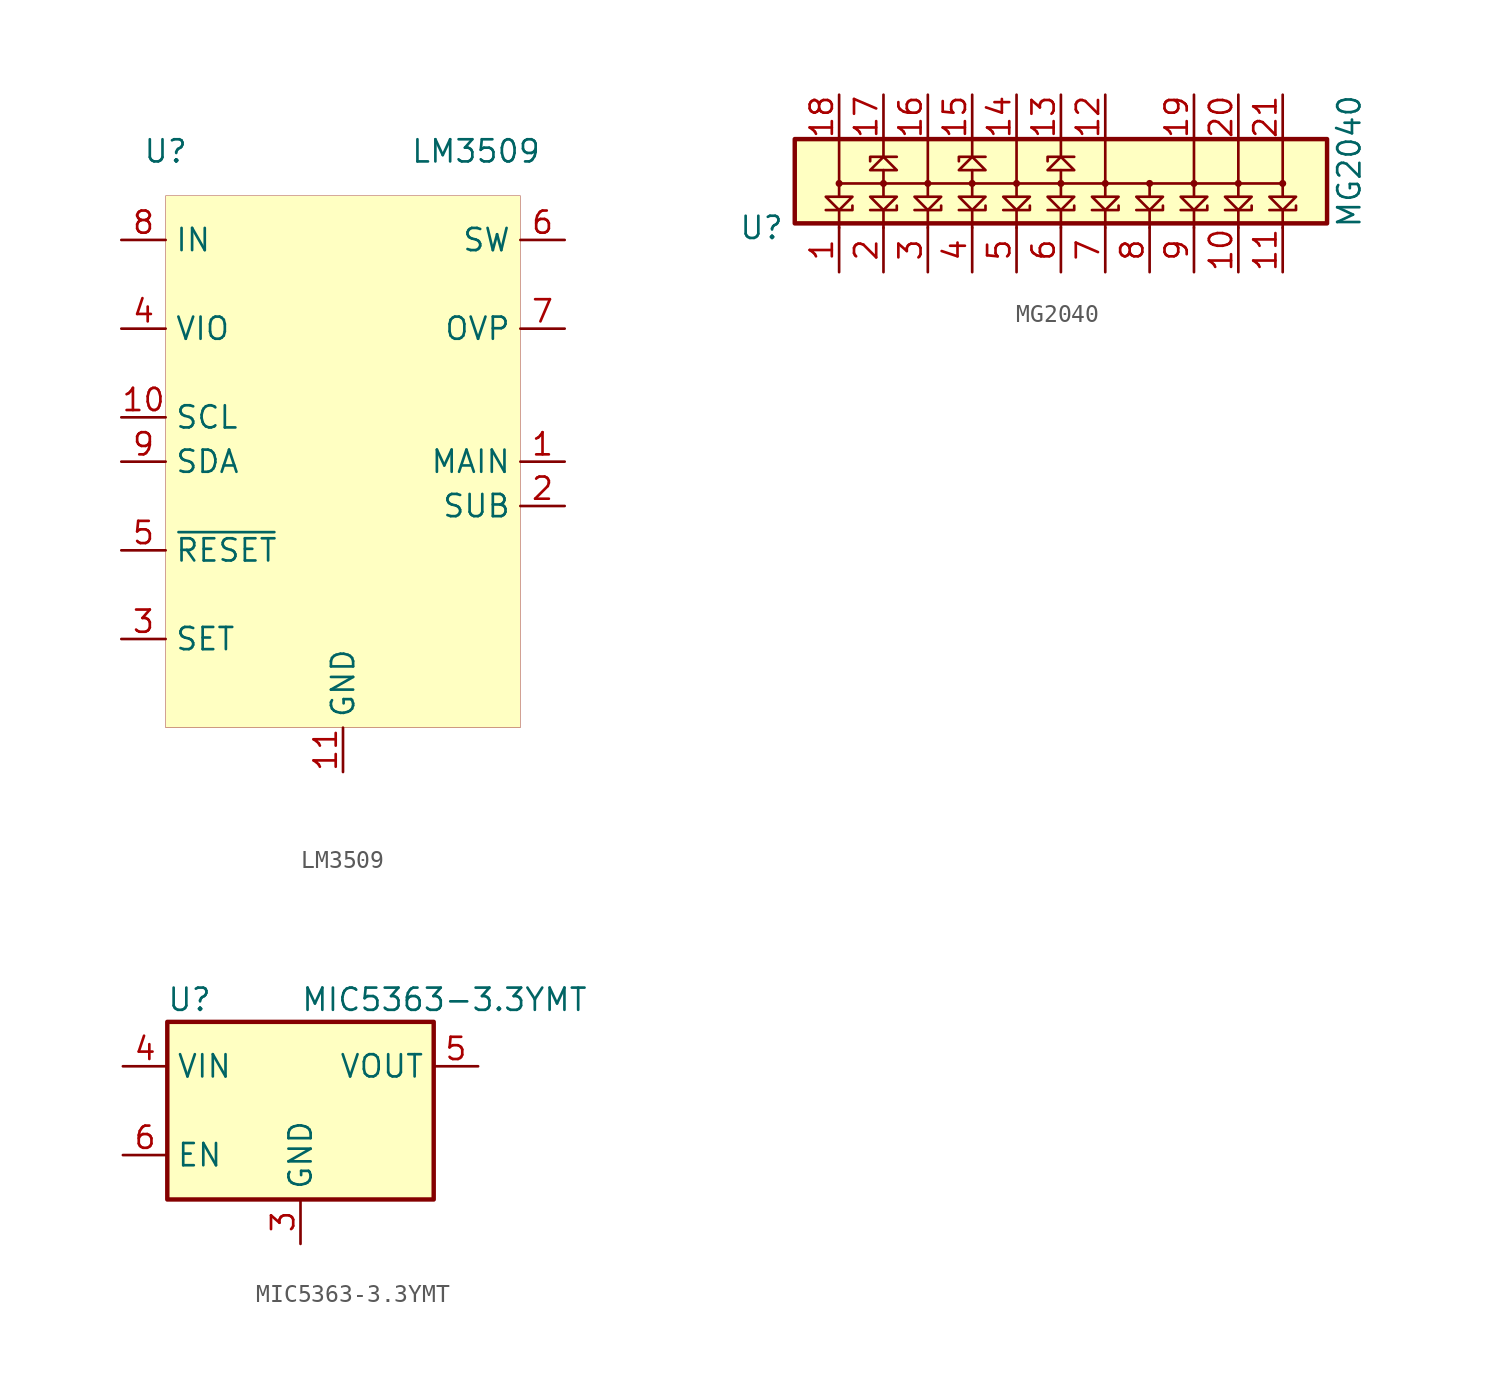
<source format=kicad_sym>
(kicad_symbol_lib
  (version 20220914)
  (generator kicad_symbol_editor)
  (symbol "LM3509"
    (property "Reference" "U"
      (at -10.16 17.78 0)
      (effects (font (size 1.27 1.27))))
    (property "Value" "LM3509"
      (at 7.62 17.78 0)
      (effects (font (size 1.27 1.27))))
    (symbol "LM3509_0_0"
      (pin unspecified line (at 12.7 0 180) (length 2.54) (name "MAIN" (effects (font (size 1.27 1.27)))) (number "1" (effects (font (size 1.27 1.27)))))
      (pin unspecified line (at -12.7 2.54 0) (length 2.54) (name "SCL" (effects (font (size 1.27 1.27)))) (number "10" (effects (font (size 1.27 1.27)))))
      (pin unspecified line (at 0 -17.78 90) (length 2.54) (name "GND" (effects (font (size 1.27 1.27)))) (number "11" (effects (font (size 1.27 1.27)))))
      (pin unspecified line (at 12.7 -2.54 180) (length 2.54) (name "SUB" (effects (font (size 1.27 1.27)))) (number "2" (effects (font (size 1.27 1.27)))) (alternate "FB" unspecified line))
      (pin unspecified line (at -12.7 -10.16 0) (length 2.54) (name "SET" (effects (font (size 1.27 1.27)))) (number "3" (effects (font (size 1.27 1.27)))))
      (pin unspecified line (at -12.7 7.62 0) (length 2.54) (name "VIO" (effects (font (size 1.27 1.27)))) (number "4" (effects (font (size 1.27 1.27)))))
      (pin unspecified line (at -12.7 -5.08 0) (length 2.54) (name "~{RESET}" (effects (font (size 1.27 1.27)))) (number "5" (effects (font (size 1.27 1.27)))) (alternate "GPIO" unspecified line))
      (pin unspecified line (at 12.7 12.7 180) (length 2.54) (name "SW" (effects (font (size 1.27 1.27)))) (number "6" (effects (font (size 1.27 1.27)))))
      (pin unspecified line (at 12.7 7.62 180) (length 2.54) (name "OVP" (effects (font (size 1.27 1.27)))) (number "7" (effects (font (size 1.27 1.27)))))
      (pin unspecified line (at -12.7 12.7 0) (length 2.54) (name "IN" (effects (font (size 1.27 1.27)))) (number "8" (effects (font (size 1.27 1.27)))))
      (pin unspecified line (at -12.7 0 0) (length 2.54) (name "SDA" (effects (font (size 1.27 1.27)))) (number "9" (effects (font (size 1.27 1.27))))))
    (symbol "LM3509_0_1"
      (rectangle (start -10.16 15.24) (end 10.16 -15.24) (stroke (width 0.001) (type default)) (fill (type background)))))
  (symbol "MG2040"
    (property "Reference" "U"
      (at -6.985 -2.54 0)
      (effects (font (size 1.27 1.27))))
    (property "Value" "MG2040"
      (at 26.67 1.27 90)
      (effects (font (size 1.27 1.27))))
    (symbol "MG2040_0_1"
      (rectangle (start -5.08 2.54) (end 25.4 -2.286) (stroke (width 0.254) (type default)) (fill (type background)))
      (polyline (pts (xy -2.54 0) (xy 22.86 0)) (stroke (width 0) (type default)) (fill (type none)))
      (polyline (pts (xy 5.08 -1.524) (xy 5.08 -2.54)) (stroke (width 0) (type default)) (fill (type none)))
      (polyline (pts (xy 5.08 0.762) (xy 5.08 -0.762)) (stroke (width 0) (type default)) (fill (type none)))
      (polyline (pts (xy 4.318 -1.524) (xy 5.842 -1.524) (xy 5.842 -1.27)) (stroke (width 0) (type default)) (fill (type none)))
      (polyline (pts (xy 5.842 -0.762) (xy 4.318 -0.762) (xy 5.08 -1.524) (xy 5.842 -0.762)) (stroke (width 0) (type default)) (fill (type none)))
      (circle (center 5.08 0) (radius 0.127) (stroke (width 0) (type default)) (fill (type none))))
    (symbol "MG2040_1_1"
      (circle (center -2.54 0) (radius 0.127) (stroke (width 0) (type default)) (fill (type none)))
      (polyline (pts (xy -2.54 -1.524) (xy -2.54 -2.54)) (stroke (width 0) (type default)) (fill (type none)))
      (polyline (pts (xy -2.54 2.54) (xy -2.54 -0.762)) (stroke (width 0) (type default)) (fill (type none)))
      (polyline (pts (xy 0 -1.524) (xy 0 -2.54)) (stroke (width 0) (type default)) (fill (type none)))
      (polyline (pts (xy 0 0.762) (xy 0 -0.762)) (stroke (width 0) (type default)) (fill (type none)))
      (polyline (pts (xy 0 1.524) (xy 0 2.54)) (stroke (width 0) (type default)) (fill (type none)))
      (polyline (pts (xy 2.54 -1.524) (xy 2.54 -2.54)) (stroke (width 0) (type default)) (fill (type none)))
      (polyline (pts (xy 2.54 2.54) (xy 2.54 -0.762)) (stroke (width 0) (type default)) (fill (type none)))
      (polyline (pts (xy 5.08 1.524) (xy 5.08 2.54)) (stroke (width 0) (type default)) (fill (type none)))
      (polyline (pts (xy 7.62 -1.524) (xy 7.62 -2.54)) (stroke (width 0) (type default)) (fill (type none)))
      (polyline (pts (xy 7.62 2.54) (xy 7.62 -0.762)) (stroke (width 0) (type default)) (fill (type none)))
      (polyline (pts (xy 10.16 -1.524) (xy 10.16 -2.54)) (stroke (width 0) (type default)) (fill (type none)))
      (polyline (pts (xy 10.16 0.762) (xy 10.16 -0.762)) (stroke (width 0) (type default)) (fill (type none)))
      (polyline (pts (xy 10.16 1.524) (xy 10.16 2.54)) (stroke (width 0) (type default)) (fill (type none)))
      (polyline (pts (xy 12.7 -1.524) (xy 12.7 -2.54)) (stroke (width 0) (type default)) (fill (type none)))
      (polyline (pts (xy 12.7 2.54) (xy 12.7 -0.762)) (stroke (width 0) (type default)) (fill (type none)))
      (polyline (pts (xy 15.24 -1.524) (xy 15.24 -2.54)) (stroke (width 0) (type default)) (fill (type none)))
      (polyline (pts (xy 15.24 0) (xy 15.24 -0.762)) (stroke (width 0) (type default)) (fill (type none)))
      (polyline (pts (xy 17.78 -1.524) (xy 17.78 -2.54)) (stroke (width 0) (type default)) (fill (type none)))
      (polyline (pts (xy 17.78 2.54) (xy 17.78 -0.762)) (stroke (width 0) (type default)) (fill (type none)))
      (polyline (pts (xy 20.32 -1.524) (xy 20.32 -2.54)) (stroke (width 0) (type default)) (fill (type none)))
      (polyline (pts (xy 20.32 2.54) (xy 20.32 -0.762)) (stroke (width 0) (type default)) (fill (type none)))
      (polyline (pts (xy 22.86 -1.524) (xy 22.86 -2.54)) (stroke (width 0) (type default)) (fill (type none)))
      (polyline (pts (xy 22.86 2.54) (xy 22.86 -0.762)) (stroke (width 0) (type default)) (fill (type none)))
      (polyline (pts (xy -3.302 -1.524) (xy -1.778 -1.524) (xy -1.778 -1.27)) (stroke (width 0) (type default)) (fill (type none)))
      (polyline (pts (xy -0.762 -1.524) (xy 0.762 -1.524) (xy 0.762 -1.27)) (stroke (width 0) (type default)) (fill (type none)))
      (polyline (pts (xy 0.762 1.524) (xy -0.762 1.524) (xy -0.762 1.27)) (stroke (width 0) (type default)) (fill (type none)))
      (polyline (pts (xy 1.778 -1.524) (xy 3.302 -1.524) (xy 3.302 -1.27)) (stroke (width 0) (type default)) (fill (type none)))
      (polyline (pts (xy 5.842 1.524) (xy 4.318 1.524) (xy 4.318 1.27)) (stroke (width 0) (type default)) (fill (type none)))
      (polyline (pts (xy 6.858 -1.524) (xy 8.382 -1.524) (xy 8.382 -1.27)) (stroke (width 0) (type default)) (fill (type none)))
      (polyline (pts (xy 9.398 -1.524) (xy 10.922 -1.524) (xy 10.922 -1.27)) (stroke (width 0) (type default)) (fill (type none)))
      (polyline (pts (xy 10.922 1.524) (xy 9.398 1.524) (xy 9.398 1.27)) (stroke (width 0) (type default)) (fill (type none)))
      (polyline (pts (xy 11.938 -1.524) (xy 13.462 -1.524) (xy 13.462 -1.27)) (stroke (width 0) (type default)) (fill (type none)))
      (polyline (pts (xy 14.478 -1.524) (xy 16.002 -1.524) (xy 16.002 -1.27)) (stroke (width 0) (type default)) (fill (type none)))
      (polyline (pts (xy 17.018 -1.524) (xy 18.542 -1.524) (xy 18.542 -1.27)) (stroke (width 0) (type default)) (fill (type none)))
      (polyline (pts (xy 19.558 -1.524) (xy 21.082 -1.524) (xy 21.082 -1.27)) (stroke (width 0) (type default)) (fill (type none)))
      (polyline (pts (xy 22.098 -1.524) (xy 23.622 -1.524) (xy 23.622 -1.27)) (stroke (width 0) (type default)) (fill (type none)))
      (polyline (pts (xy -1.778 -0.762) (xy -3.302 -0.762) (xy -2.54 -1.524) (xy -1.778 -0.762)) (stroke (width 0) (type default)) (fill (type none)))
      (polyline (pts (xy -0.762 0.762) (xy 0.762 0.762) (xy 0 1.524) (xy -0.762 0.762)) (stroke (width 0) (type default)) (fill (type none)))
      (polyline (pts (xy 0.762 -0.762) (xy -0.762 -0.762) (xy 0 -1.524) (xy 0.762 -0.762)) (stroke (width 0) (type default)) (fill (type none)))
      (polyline (pts (xy 3.302 -0.762) (xy 1.778 -0.762) (xy 2.54 -1.524) (xy 3.302 -0.762)) (stroke (width 0) (type default)) (fill (type none)))
      (polyline (pts (xy 4.318 0.762) (xy 5.842 0.762) (xy 5.08 1.524) (xy 4.318 0.762)) (stroke (width 0) (type default)) (fill (type none)))
      (polyline (pts (xy 8.382 -0.762) (xy 6.858 -0.762) (xy 7.62 -1.524) (xy 8.382 -0.762)) (stroke (width 0) (type default)) (fill (type none)))
      (polyline (pts (xy 9.398 0.762) (xy 10.922 0.762) (xy 10.16 1.524) (xy 9.398 0.762)) (stroke (width 0) (type default)) (fill (type none)))
      (polyline (pts (xy 10.922 -0.762) (xy 9.398 -0.762) (xy 10.16 -1.524) (xy 10.922 -0.762)) (stroke (width 0) (type default)) (fill (type none)))
      (polyline (pts (xy 13.462 -0.762) (xy 11.938 -0.762) (xy 12.7 -1.524) (xy 13.462 -0.762)) (stroke (width 0) (type default)) (fill (type none)))
      (polyline (pts (xy 16.002 -0.762) (xy 14.478 -0.762) (xy 15.24 -1.524) (xy 16.002 -0.762)) (stroke (width 0) (type default)) (fill (type none)))
      (polyline (pts (xy 18.542 -0.762) (xy 17.018 -0.762) (xy 17.78 -1.524) (xy 18.542 -0.762)) (stroke (width 0) (type default)) (fill (type none)))
      (polyline (pts (xy 21.082 -0.762) (xy 19.558 -0.762) (xy 20.32 -1.524) (xy 21.082 -0.762)) (stroke (width 0) (type default)) (fill (type none)))
      (polyline (pts (xy 23.622 -0.762) (xy 22.098 -0.762) (xy 22.86 -1.524) (xy 23.622 -0.762)) (stroke (width 0) (type default)) (fill (type none)))
      (circle (center 0 0) (radius 0.127) (stroke (width 0) (type default)) (fill (type none)))
      (circle (center 2.54 0) (radius 0.127) (stroke (width 0) (type default)) (fill (type none)))
      (circle (center 7.62 0) (radius 0.127) (stroke (width 0) (type default)) (fill (type none)))
      (circle (center 10.16 0) (radius 0.127) (stroke (width 0) (type default)) (fill (type none)))
      (circle (center 12.7 0) (radius 0.127) (stroke (width 0) (type default)) (fill (type none)))
      (circle (center 15.24 0) (radius 0.127) (stroke (width 0) (type default)) (fill (type none)))
      (circle (center 17.78 0) (radius 0.127) (stroke (width 0) (type default)) (fill (type none)))
      (circle (center 20.32 0) (radius 0.127) (stroke (width 0) (type default)) (fill (type none)))
      (circle (center 22.86 0) (radius 0.127) (stroke (width 0) (type default)) (fill (type none)))
      (pin passive line (at -2.54 -5.08 90) (length 2.54) (name "~" (effects (font (size 1.27 1.27)))) (number "1" (effects (font (size 1.27 1.27)))))
      (pin passive line (at 20.32 -5.08 90) (length 2.54) (name "~" (effects (font (size 1.27 1.27)))) (number "10" (effects (font (size 1.27 1.27)))))
      (pin passive line (at 22.86 -5.08 90) (length 2.54) (name "~" (effects (font (size 1.27 1.27)))) (number "11" (effects (font (size 1.27 1.27)))))
      (pin passive line (at 12.7 5.08 270) (length 2.54) (name "~" (effects (font (size 1.27 1.27)))) (number "12" (effects (font (size 1.27 1.27)))))
      (pin passive line (at 10.16 5.08 270) (length 2.54) (name "~" (effects (font (size 1.27 1.27)))) (number "13" (effects (font (size 1.27 1.27)))))
      (pin passive line (at 7.62 5.08 270) (length 2.54) (name "~" (effects (font (size 1.27 1.27)))) (number "14" (effects (font (size 1.27 1.27)))))
      (pin passive line (at 5.08 5.08 270) (length 2.54) (name "~" (effects (font (size 1.27 1.27)))) (number "15" (effects (font (size 1.27 1.27)))))
      (pin passive line (at 2.54 5.08 270) (length 2.54) (name "~" (effects (font (size 1.27 1.27)))) (number "16" (effects (font (size 1.27 1.27)))))
      (pin passive line (at 0 5.08 270) (length 2.54) (name "~" (effects (font (size 1.27 1.27)))) (number "17" (effects (font (size 1.27 1.27)))))
      (pin passive line (at -2.54 5.08 270) (length 2.54) (name "~" (effects (font (size 1.27 1.27)))) (number "18" (effects (font (size 1.27 1.27)))))
      (pin passive line (at 17.78 5.08 270) (length 2.54) (name "~" (effects (font (size 1.27 1.27)))) (number "19" (effects (font (size 1.27 1.27)))))
      (pin passive line (at 0 -5.08 90) (length 2.54) (name "~" (effects (font (size 1.27 1.27)))) (number "2" (effects (font (size 1.27 1.27)))))
      (pin passive line (at 20.32 5.08 270) (length 2.54) (name "~" (effects (font (size 1.27 1.27)))) (number "20" (effects (font (size 1.27 1.27)))))
      (pin passive line (at 22.86 5.08 270) (length 2.54) (name "~" (effects (font (size 1.27 1.27)))) (number "21" (effects (font (size 1.27 1.27)))))
      (pin passive line (at 2.54 -5.08 90) (length 2.54) (name "~" (effects (font (size 1.27 1.27)))) (number "3" (effects (font (size 1.27 1.27)))))
      (pin passive line (at 5.08 -5.08 90) (length 2.54) (name "~" (effects (font (size 1.27 1.27)))) (number "4" (effects (font (size 1.27 1.27)))))
      (pin passive line (at 7.62 -5.08 90) (length 2.54) (name "~" (effects (font (size 1.27 1.27)))) (number "5" (effects (font (size 1.27 1.27)))))
      (pin passive line (at 10.16 -5.08 90) (length 2.54) (name "~" (effects (font (size 1.27 1.27)))) (number "6" (effects (font (size 1.27 1.27)))))
      (pin passive line (at 12.7 -5.08 90) (length 2.54) (name "~" (effects (font (size 1.27 1.27)))) (number "7" (effects (font (size 1.27 1.27)))))
      (pin passive line (at 15.24 -5.08 90) (length 2.54) (name "~" (effects (font (size 1.27 1.27)))) (number "8" (effects (font (size 1.27 1.27)))))
      (pin passive line (at 17.78 -5.08 90) (length 2.54) (name "~" (effects (font (size 1.27 1.27)))) (number "9" (effects (font (size 1.27 1.27)))))))
  (symbol "MIC5363-3.3YMT"
    (property "Reference" "U"
      (at -6.35 6.35 0)
      (effects (font (size 1.27 1.27))))
    (property "Value" "MIC5363-3.3YMT"
      (at 0 6.35 0)
      (effects (font (size 1.27 1.27)) (justify left)))
    (symbol "MIC5363-3.3YMT_0_1"
      (rectangle (start -7.62 -5.08) (end 7.62 5.08) (stroke (width 0.254) (type default)) (fill (type background))))
    (symbol "MIC5363-3.3YMT_1_1"
      (pin no_connect line (at 7.62 -2.54 180) (length 2.54) hide (name "NC" (effects (font (size 1.27 1.27)))) (number "1" (effects (font (size 1.27 1.27)))))
      (pin no_connect line (at 7.62 0 180) (length 2.54) hide (name "NC" (effects (font (size 1.27 1.27)))) (number "2" (effects (font (size 1.27 1.27)))))
      (pin power_in line (at 0 -7.62 90) (length 2.54) (name "GND" (effects (font (size 1.27 1.27)))) (number "3" (effects (font (size 1.27 1.27)))))
      (pin power_in line (at -10.16 2.54 0) (length 2.54) (name "VIN" (effects (font (size 1.27 1.27)))) (number "4" (effects (font (size 1.27 1.27)))))
      (pin power_out line (at 10.16 2.54 180) (length 2.54) (name "VOUT" (effects (font (size 1.27 1.27)))) (number "5" (effects (font (size 1.27 1.27)))))
      (pin input line (at -10.16 -2.54 0) (length 2.54) (name "EN" (effects (font (size 1.27 1.27)))) (number "6" (effects (font (size 1.27 1.27)))))
      (pin passive line (at 0 -7.62 90) (length 2.54) hide (name "ePad" (effects (font (size 1.27 1.27)))) (number "7" (effects (font (size 1.27 1.27))))))))
</source>
